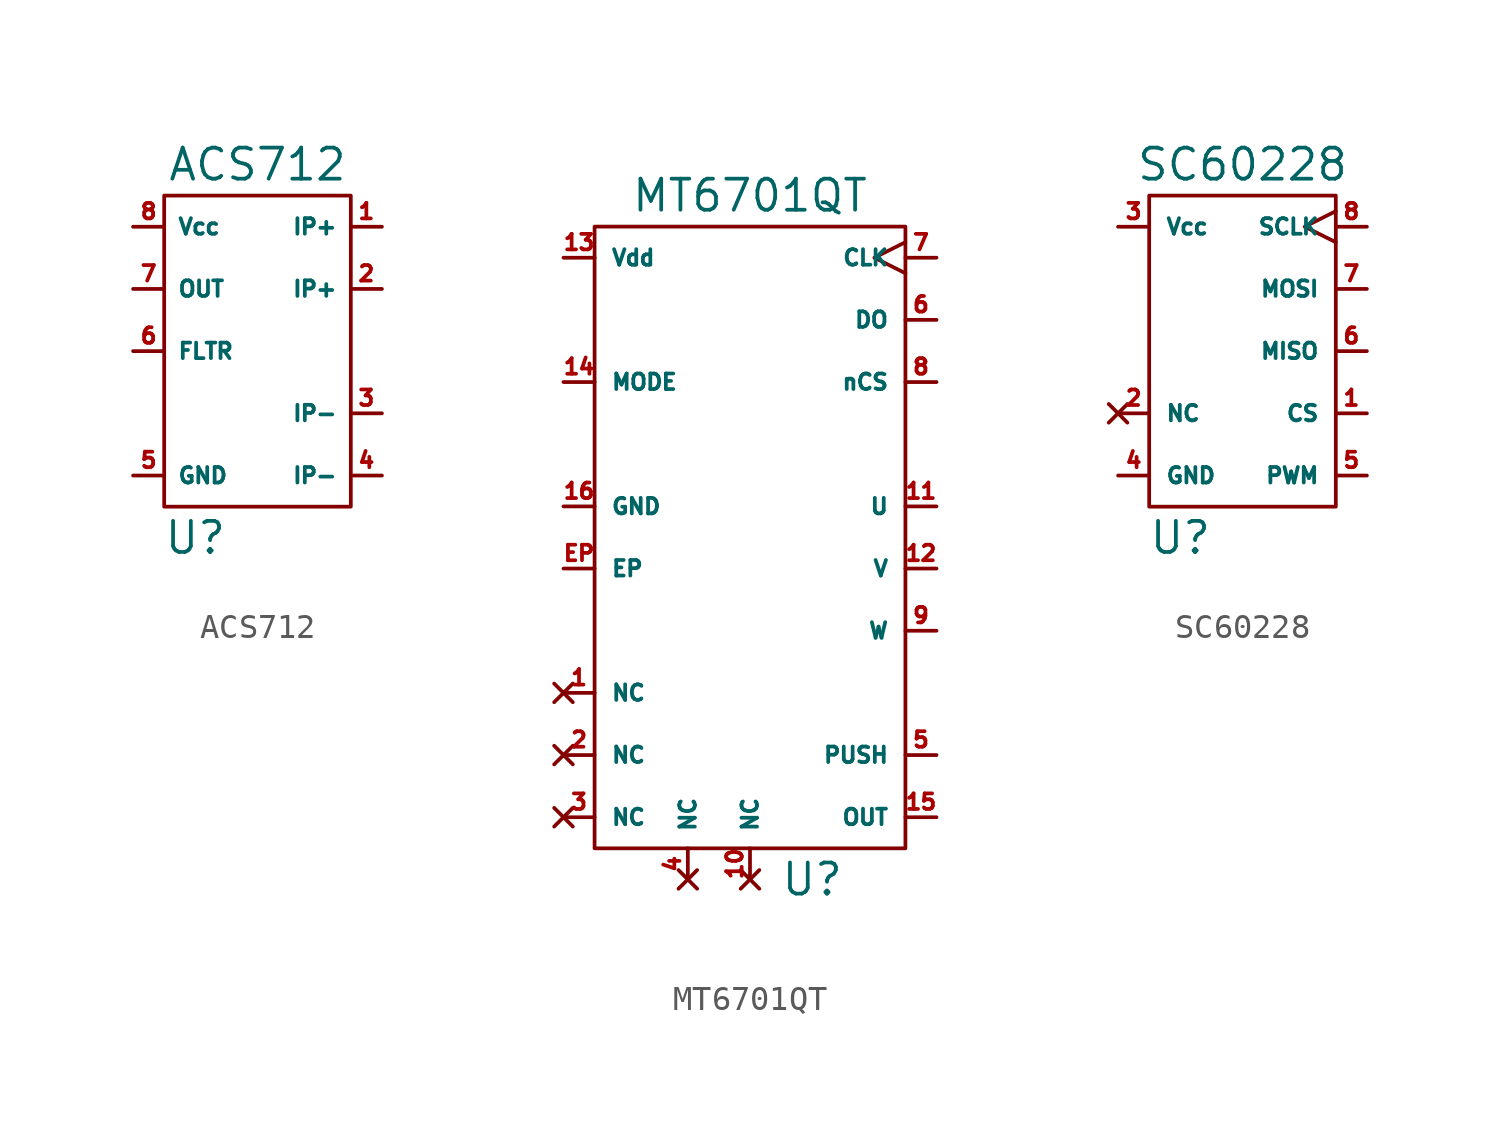
<source format=kicad_sym>
(kicad_symbol_lib
  (version 20211014)
  (generator kicad_symbol_editor)
  (symbol "ACS712"
    (property "Reference" "U"
      (at -2.54 -7.62 0)
      (effects (font (size 1.27 1.27))))
    (property "Value" "ACS712"
      (at 0 7.62 0)
      (effects (font (size 1.27 1.27))))
    (symbol "ACS712_0_1"
      (rectangle (start -3.81 6.35) (end 3.81 -6.35) (stroke (width 0) (type default) (color 0 0 0 0)) (fill (type none))))
    (symbol "ACS712_1_1"
      (pin power_in line (at 5.08 5.08 180) (length 1.27) (name "IP+" (effects (font (size 0.635 0.635)))) (number "1" (effects (font (size 0.635 0.635)))))
      (pin power_in line (at 5.08 2.54 180) (length 1.27) (name "IP+" (effects (font (size 0.635 0.635)))) (number "2" (effects (font (size 0.635 0.635)))))
      (pin power_out line (at 5.08 -2.54 180) (length 1.27) (name "IP-" (effects (font (size 0.635 0.635)))) (number "3" (effects (font (size 0.635 0.635)))))
      (pin power_out line (at 5.08 -5.08 180) (length 1.27) (name "IP-" (effects (font (size 0.635 0.635)))) (number "4" (effects (font (size 0.635 0.635)))))
      (pin power_in line (at -5.08 -5.08 0) (length 1.27) (name "GND" (effects (font (size 0.635 0.635)))) (number "5" (effects (font (size 0.635 0.635)))))
      (pin passive line (at -5.08 0 0) (length 1.27) (name "FLTR" (effects (font (size 0.635 0.635)))) (number "6" (effects (font (size 0.635 0.635)))))
      (pin output line (at -5.08 2.54 0) (length 1.27) (name "OUT" (effects (font (size 0.635 0.635)))) (number "7" (effects (font (size 0.635 0.635)))))
      (pin power_in line (at -5.08 5.08 0) (length 1.27) (name "Vcc" (effects (font (size 0.635 0.635)))) (number "8" (effects (font (size 0.635 0.635)))))))
  (symbol "MT6701QT"
    (pin_names
      (offset 0.635))
    (property "Reference" "U"
      (at 2.54 -15.24 0)
      (effects (font (size 1.27 1.27))))
    (property "Value" "MT6701QT"
      (at 0 12.7 0)
      (effects (font (size 1.27 1.27))))
    (symbol "MT6701QT_0_1"
      (rectangle (start -6.35 11.43) (end 6.35 -13.97) (stroke (width 0) (type default) (color 0 0 0 0)) (fill (type none))))
    (symbol "MT6701QT_1_1"
      (pin no_connect line (at -7.62 -7.62 0) (length 1.27) (name "NC" (effects (font (size 0.635 0.635)))) (number "1" (effects (font (size 0.635 0.635)))))
      (pin no_connect line (at 0 -15.24 90) (length 1.27) (name "NC" (effects (font (size 0.635 0.635)))) (number "10" (effects (font (size 0.635 0.635)))))
      (pin output line (at 7.62 0 180) (length 1.27) (name "U" (effects (font (size 0.635 0.635)))) (number "11" (effects (font (size 0.635 0.635)))) (alternate "A_N" output line))
      (pin output line (at 7.62 -2.54 180) (length 1.27) (name "V" (effects (font (size 0.635 0.635)))) (number "12" (effects (font (size 0.635 0.635)))) (alternate "B_N" output line))
      (pin power_in line (at -7.62 10.16 0) (length 1.27) (name "Vdd" (effects (font (size 0.635 0.635)))) (number "13" (effects (font (size 0.635 0.635)))))
      (pin input line (at -7.62 5.08 0) (length 1.27) (name "MODE" (effects (font (size 0.635 0.635)))) (number "14" (effects (font (size 0.635 0.635)))))
      (pin output line (at 7.62 -12.7 180) (length 1.27) (name "OUT" (effects (font (size 0.635 0.635)))) (number "15" (effects (font (size 0.635 0.635)))))
      (pin power_in line (at -7.62 0 0) (length 1.27) (name "GND" (effects (font (size 0.635 0.635)))) (number "16" (effects (font (size 0.635 0.635)))))
      (pin no_connect line (at -7.62 -10.16 0) (length 1.27) (name "NC" (effects (font (size 0.635 0.635)))) (number "2" (effects (font (size 0.635 0.635)))))
      (pin no_connect line (at -7.62 -12.7 0) (length 1.27) (name "NC" (effects (font (size 0.635 0.635)))) (number "3" (effects (font (size 0.635 0.635)))))
      (pin no_connect line (at -2.54 -15.24 90) (length 1.27) (name "NC" (effects (font (size 0.635 0.635)))) (number "4" (effects (font (size 0.635 0.635)))))
      (pin output line (at 7.62 -10.16 180) (length 1.27) (name "PUSH" (effects (font (size 0.635 0.635)))) (number "5" (effects (font (size 0.635 0.635)))))
      (pin output line (at 7.62 7.62 180) (length 1.27) (name "DO" (effects (font (size 0.635 0.635)))) (number "6" (effects (font (size 0.635 0.635)))) (alternate "A_P" output line) (alternate "SDA" open_collector line))
      (pin input clock (at 7.62 10.16 180) (length 1.27) (name "CLK" (effects (font (size 0.635 0.635)))) (number "7" (effects (font (size 0.635 0.635)))) (alternate "B_P" output line) (alternate "SCL" open_collector clock))
      (pin input line (at 7.62 5.08 180) (length 1.27) (name "nCS" (effects (font (size 0.635 0.635)))) (number "8" (effects (font (size 0.635 0.635)))) (alternate "Z_P" output line))
      (pin output line (at 7.62 -5.08 180) (length 1.27) (name "W" (effects (font (size 0.635 0.635)))) (number "9" (effects (font (size 0.635 0.635)))) (alternate "Z_N" output line))
      (pin passive line (at -7.62 -2.54 0) (length 1.27) (name "EP" (effects (font (size 0.635 0.635)))) (number "EP" (effects (font (size 0.635 0.635)))))))
  (symbol "SC60228"
    (pin_names
      (offset 0.635))
    (property "Reference" "U"
      (at -2.54 -7.62 0)
      (effects (font (size 1.27 1.27))))
    (property "Value" "SC60228"
      (at 0 7.62 0)
      (effects (font (size 1.27 1.27))))
    (symbol "SC60228_0_1"
      (rectangle (start -3.81 6.35) (end 3.81 -6.35) (stroke (width 0) (type default) (color 0 0 0 0)) (fill (type none))))
    (symbol "SC60228_1_1"
      (pin input line (at 5.08 -2.54 180) (length 1.27) (name "CS" (effects (font (size 0.635 0.635)))) (number "1" (effects (font (size 0.635 0.635)))))
      (pin no_connect line (at -5.08 -2.54 0) (length 1.27) (name "NC" (effects (font (size 0.635 0.635)))) (number "2" (effects (font (size 0.635 0.635)))))
      (pin power_in line (at -5.08 5.08 0) (length 1.27) (name "Vcc" (effects (font (size 0.635 0.635)))) (number "3" (effects (font (size 0.635 0.635)))))
      (pin power_in line (at -5.08 -5.08 0) (length 1.27) (name "GND" (effects (font (size 0.635 0.635)))) (number "4" (effects (font (size 0.635 0.635)))))
      (pin output line (at 5.08 -5.08 180) (length 1.27) (name "PWM" (effects (font (size 0.635 0.635)))) (number "5" (effects (font (size 0.635 0.635)))))
      (pin output line (at 5.08 0 180) (length 1.27) (name "MISO" (effects (font (size 0.635 0.635)))) (number "6" (effects (font (size 0.635 0.635)))))
      (pin input line (at 5.08 2.54 180) (length 1.27) (name "MOSI" (effects (font (size 0.635 0.635)))) (number "7" (effects (font (size 0.635 0.635)))))
      (pin input clock (at 5.08 5.08 180) (length 1.27) (name "SCLK" (effects (font (size 0.635 0.635)))) (number "8" (effects (font (size 0.635 0.635))))))))
</source>
